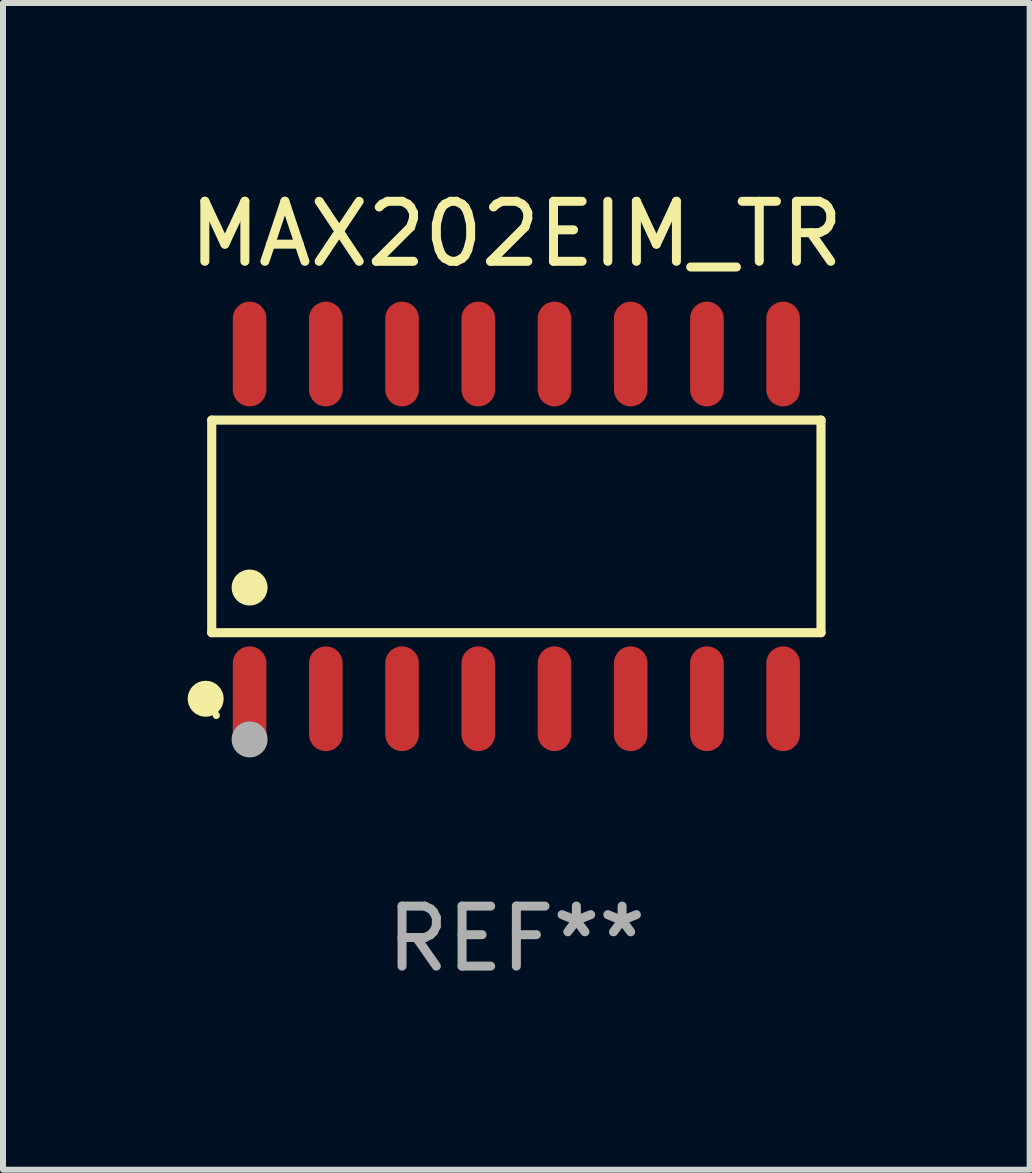
<source format=kicad_pcb>
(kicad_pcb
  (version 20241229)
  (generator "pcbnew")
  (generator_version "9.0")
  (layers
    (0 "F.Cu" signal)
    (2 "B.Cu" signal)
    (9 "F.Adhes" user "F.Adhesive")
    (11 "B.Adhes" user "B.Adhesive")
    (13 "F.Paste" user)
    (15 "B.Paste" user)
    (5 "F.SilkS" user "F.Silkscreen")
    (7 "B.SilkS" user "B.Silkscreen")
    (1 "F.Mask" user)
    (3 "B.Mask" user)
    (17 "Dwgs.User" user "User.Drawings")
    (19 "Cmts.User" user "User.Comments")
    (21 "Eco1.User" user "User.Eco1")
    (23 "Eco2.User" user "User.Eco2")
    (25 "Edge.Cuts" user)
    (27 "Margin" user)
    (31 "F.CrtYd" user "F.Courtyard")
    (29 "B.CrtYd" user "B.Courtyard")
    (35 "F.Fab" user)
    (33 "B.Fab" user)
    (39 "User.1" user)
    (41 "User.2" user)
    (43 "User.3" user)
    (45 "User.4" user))
  (footprint "MAX202EIM_TR"
    (layer "F.Cu")
    (at 5.554 5.721)
    (property "Reference" "MAX202EIM_TR" (at 0 -4.872 0) (layer "F.SilkS") (effects (font (size 1 1) (thickness 0.15))))
    (attr through_hole)
    (fp_line (start -5.076 -1.771) (end 5.076 -1.771) (stroke (width 0.152) (type solid)) (layer "F.SilkS"))
    (fp_line (start -5.076 1.771) (end -5.076 -1.771) (stroke (width 0.152) (type solid)) (layer "F.SilkS"))
    (fp_line (start 5.076 -1.771) (end 5.076 1.771) (stroke (width 0.152) (type solid)) (layer "F.SilkS"))
    (fp_line (start 5.076 1.771) (end -5.076 1.771) (stroke (width 0.152) (type solid)) (layer "F.SilkS"))
    (fp_circle (center -5.177 2.872) (end -5.027 2.872) (stroke (width 0.3) (type solid)) (fill no) (layer "F.SilkS"))
    (fp_circle (center -5 3.15) (end -4.97 3.15) (stroke (width 0.06) (type solid)) (fill no) (layer "F.SilkS"))
    (fp_circle (center -4.445 1.019) (end -4.295 1.019) (stroke (width 0.3) (type solid)) (fill no) (layer "F.SilkS"))
    (fp_circle (center -4.445 3.55) (end -4.295 3.55) (stroke (width 0.3) (type solid)) (fill no) (layer "F.Fab"))
    (fp_text user "REF**" (at 0 6.872 0) (layer "F.Fab") (effects (font (size 1 1) (thickness 0.15))))
    (pad "1" smd oval (at -4.445 2.872) (size 0.56 1.745) (layers "F.Cu" "F.Mask" "F.Paste"))
    (pad "2" smd oval (at -3.175 2.872) (size 0.56 1.745) (layers "F.Cu" "F.Mask" "F.Paste"))
    (pad "3" smd oval (at -1.905 2.872) (size 0.56 1.745) (layers "F.Cu" "F.Mask" "F.Paste"))
    (pad "4" smd oval (at -0.635 2.872) (size 0.56 1.745) (layers "F.Cu" "F.Mask" "F.Paste"))
    (pad "5" smd oval (at 0.635 2.872) (size 0.56 1.745) (layers "F.Cu" "F.Mask" "F.Paste"))
    (pad "6" smd oval (at 1.905 2.872) (size 0.56 1.745) (layers "F.Cu" "F.Mask" "F.Paste"))
    (pad "7" smd oval (at 3.175 2.872) (size 0.56 1.745) (layers "F.Cu" "F.Mask" "F.Paste"))
    (pad "8" smd oval (at 4.445 2.872) (size 0.56 1.745) (layers "F.Cu" "F.Mask" "F.Paste"))
    (pad "9" smd oval (at 4.445 -2.872) (size 0.56 1.745) (layers "F.Cu" "F.Mask" "F.Paste"))
    (pad "10" smd oval (at 3.175 -2.872) (size 0.56 1.745) (layers "F.Cu" "F.Mask" "F.Paste"))
    (pad "11" smd oval (at 1.905 -2.872) (size 0.56 1.745) (layers "F.Cu" "F.Mask" "F.Paste"))
    (pad "12" smd oval (at 0.635 -2.872) (size 0.56 1.745) (layers "F.Cu" "F.Mask" "F.Paste"))
    (pad "13" smd oval (at -0.635 -2.872) (size 0.56 1.745) (layers "F.Cu" "F.Mask" "F.Paste"))
    (pad "14" smd oval (at -1.905 -2.872) (size 0.56 1.745) (layers "F.Cu" "F.Mask" "F.Paste"))
    (pad "15" smd oval (at -3.175 -2.872) (size 0.56 1.745) (layers "F.Cu" "F.Mask" "F.Paste"))
    (pad "16" smd oval (at -4.445 -2.872) (size 0.56 1.745) (layers "F.Cu" "F.Mask" "F.Paste")))
  (gr_rect
    (start -3 -3)
    (end 14.107 16.441)
    (stroke (width 0.1) (type default))
    (fill no)
    (layer "Edge.Cuts")))
</source>
